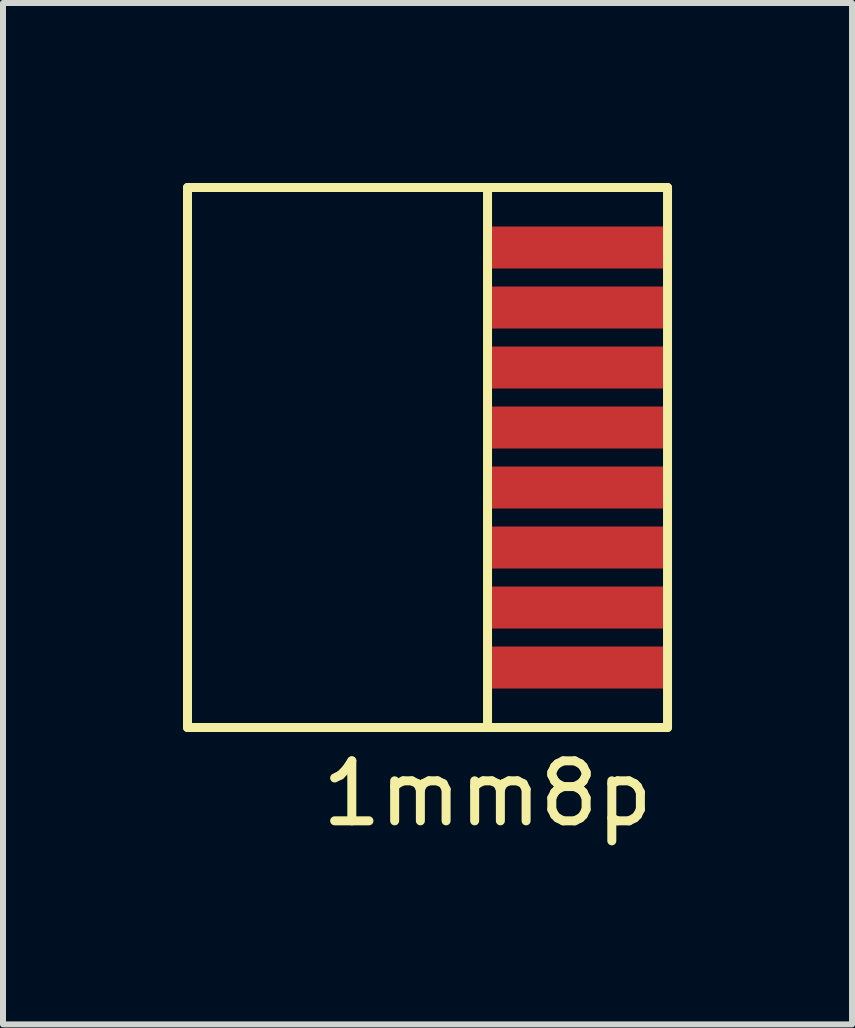
<source format=kicad_pcb>
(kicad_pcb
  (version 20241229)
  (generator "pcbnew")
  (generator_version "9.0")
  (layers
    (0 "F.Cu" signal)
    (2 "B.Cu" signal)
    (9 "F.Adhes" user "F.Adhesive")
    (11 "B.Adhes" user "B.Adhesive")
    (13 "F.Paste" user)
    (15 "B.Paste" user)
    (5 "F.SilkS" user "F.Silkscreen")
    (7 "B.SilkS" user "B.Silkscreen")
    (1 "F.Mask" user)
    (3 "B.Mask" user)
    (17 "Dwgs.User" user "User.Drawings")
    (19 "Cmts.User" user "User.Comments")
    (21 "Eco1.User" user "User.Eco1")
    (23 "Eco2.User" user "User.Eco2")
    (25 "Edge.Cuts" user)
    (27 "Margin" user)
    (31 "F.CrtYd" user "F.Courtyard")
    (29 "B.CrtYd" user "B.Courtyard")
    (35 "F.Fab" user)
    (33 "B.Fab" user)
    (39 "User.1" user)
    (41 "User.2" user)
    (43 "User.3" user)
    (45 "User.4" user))
  (footprint "1mm8p"
    (layer "F.Cu")
    (at 5.075 4.575)
    (property "Reference" "1mm8p" (at 0 5.6 0) (layer "F.SilkS") (effects (font (size 1 1) (thickness 0.15))))
    (attr through_hole)
    (fp_line (start -5 -4.5) (end -5 4.5) (stroke (width 0.15) (type solid)) (layer "F.SilkS"))
    (fp_line (start 0 -4.5) (end 0 4.5) (stroke (width 0.15) (type solid)) (layer "F.SilkS"))
    (fp_line (start 3 -4.5) (end -5 -4.5) (stroke (width 0.15) (type solid)) (layer "F.SilkS"))
    (fp_line (start 3 -4.5) (end 3 4.5) (stroke (width 0.15) (type solid)) (layer "F.SilkS"))
    (fp_line (start 3 4.5) (end -5 4.5) (stroke (width 0.15) (type solid)) (layer "F.SilkS"))
    (pad "1" smd rect (at 1.5 -3.5 270) (size 0.7 3) (layers "F.Cu" "F.Mask" "F.Paste"))
    (pad "2" smd rect (at 1.5 -2.5 270) (size 0.7 3) (layers "F.Cu" "F.Mask" "F.Paste"))
    (pad "3" smd rect (at 1.5 -1.5 270) (size 0.7 3) (layers "F.Cu" "F.Mask" "F.Paste"))
    (pad "4" smd rect (at 1.5 -0.5 270) (size 0.7 3) (layers "F.Cu" "F.Mask" "F.Paste"))
    (pad "5" smd rect (at 1.5 0.5 270) (size 0.7 3) (layers "F.Cu" "F.Mask" "F.Paste"))
    (pad "6" smd rect (at 1.5 1.5 270) (size 0.7 3) (layers "F.Cu" "F.Mask" "F.Paste"))
    (pad "7" smd rect (at 1.5 2.5 270) (size 0.7 3) (layers "F.Cu" "F.Mask" "F.Paste"))
    (pad "8" smd rect (at 1.5 3.5 270) (size 0.7 3) (layers "F.Cu" "F.Mask" "F.Paste")))
  (gr_rect
    (start -3 -3)
    (end 11.15 14.023)
    (stroke (width 0.1) (type default))
    (fill no)
    (layer "Edge.Cuts")))
</source>
